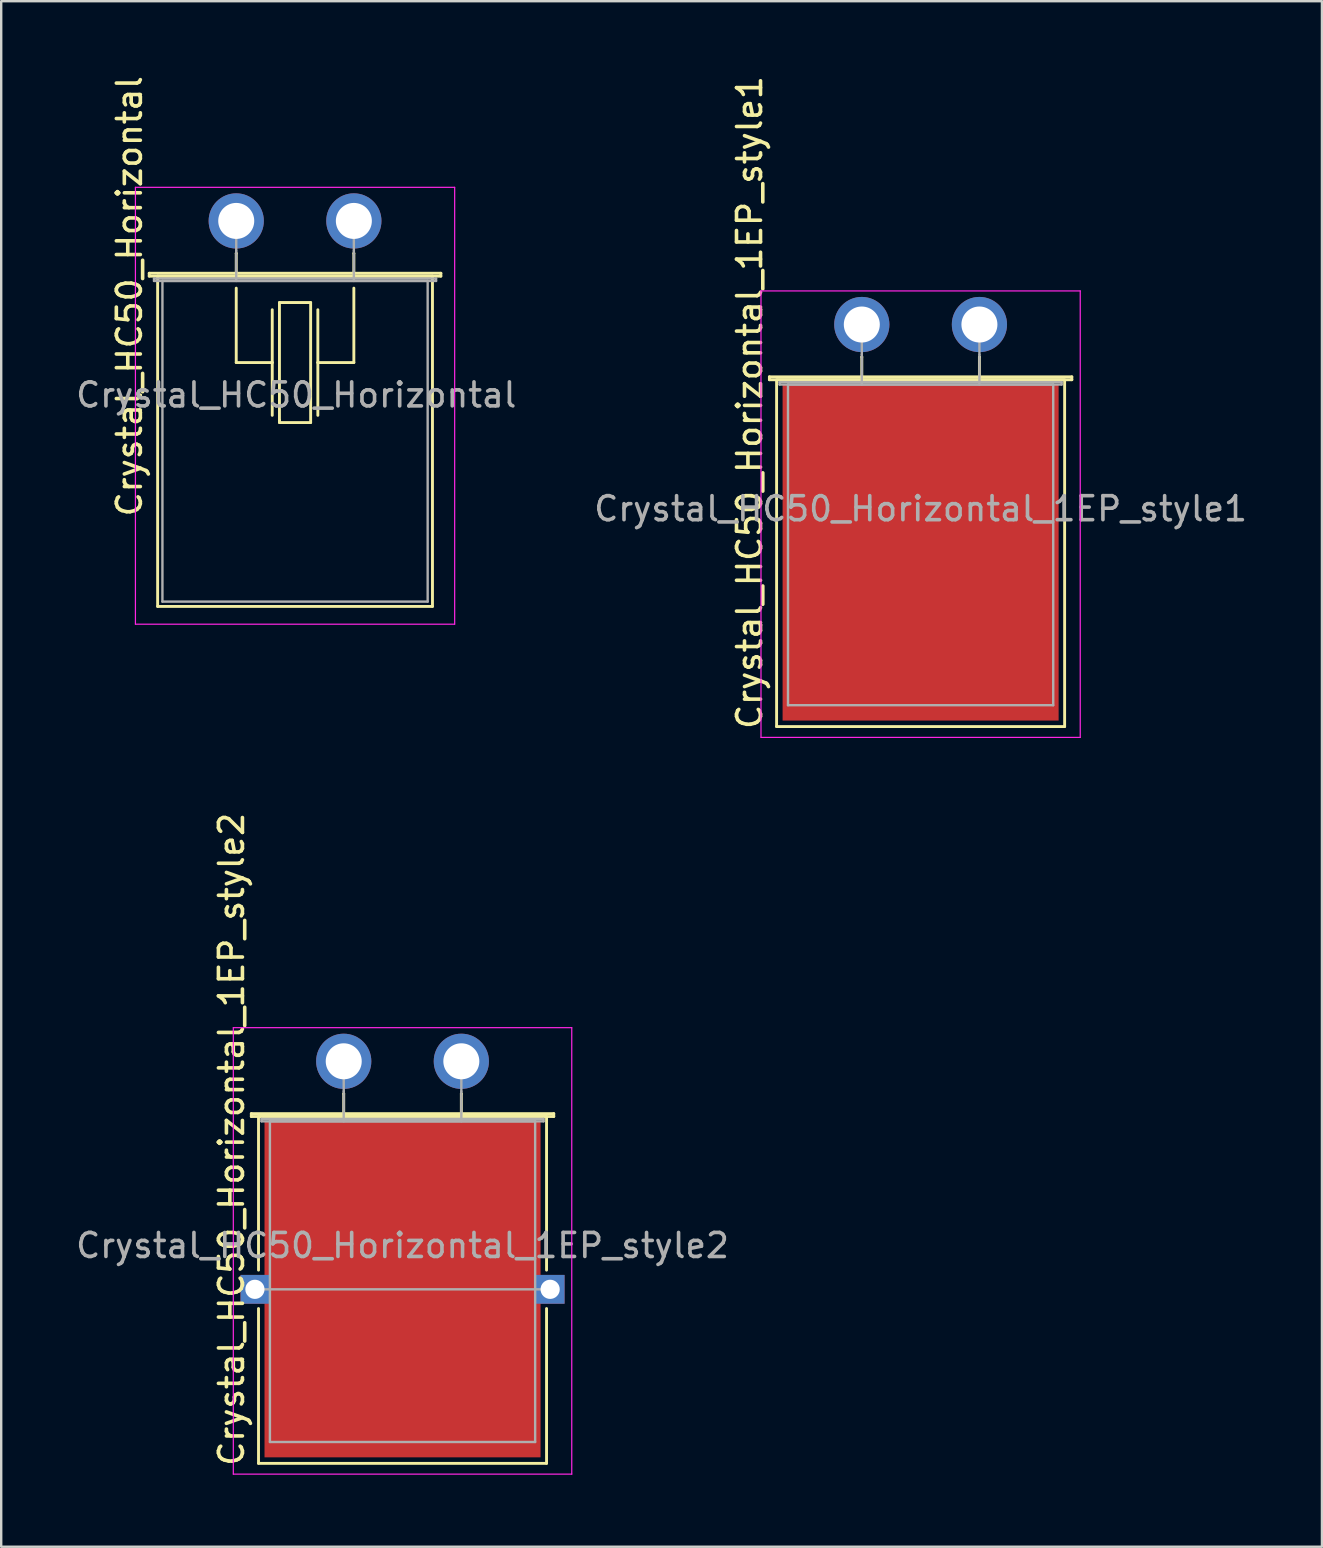
<source format=kicad_pcb>
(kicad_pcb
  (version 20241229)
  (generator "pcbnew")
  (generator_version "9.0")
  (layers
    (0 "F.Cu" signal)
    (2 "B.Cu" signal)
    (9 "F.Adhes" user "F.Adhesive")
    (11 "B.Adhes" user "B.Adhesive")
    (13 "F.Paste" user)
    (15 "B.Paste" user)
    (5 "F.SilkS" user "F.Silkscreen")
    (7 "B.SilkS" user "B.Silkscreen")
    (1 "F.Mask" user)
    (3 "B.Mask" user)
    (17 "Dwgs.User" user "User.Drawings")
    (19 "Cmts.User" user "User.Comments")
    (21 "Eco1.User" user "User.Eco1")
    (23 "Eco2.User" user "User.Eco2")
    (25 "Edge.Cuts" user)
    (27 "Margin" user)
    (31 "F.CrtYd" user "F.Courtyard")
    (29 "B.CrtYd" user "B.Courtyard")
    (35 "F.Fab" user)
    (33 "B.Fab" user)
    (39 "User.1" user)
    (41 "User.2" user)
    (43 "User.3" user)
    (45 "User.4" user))
  (footprint "Crystal_HC50_Horizontal"
    (layer "F.Cu")
    (at 6.792 6.154)
    (property "Reference" "Crystal_HC50_Horizontal" (at -4.45 3.138 90) (layer "F.SilkS") (effects (font (size 1 1) (thickness 0.15))))
    (attr through_hole)
    (fp_line (start -3.625 2.18) (end 8.525 2.18) (stroke (width 0.12) (type solid)) (layer "F.SilkS"))
    (fp_line (start -3.625 2.3) (end -3.625 2.18) (stroke (width 0.12) (type solid)) (layer "F.SilkS"))
    (fp_line (start -3.275 2.3) (end -3.275 16.06) (stroke (width 0.12) (type solid)) (layer "F.SilkS"))
    (fp_line (start -3.275 16.06) (end 8.175 16.06) (stroke (width 0.12) (type solid)) (layer "F.SilkS"))
    (fp_line (start 0 1.35) (end 0 1.35) (stroke (width 0.12) (type solid)) (layer "F.SilkS"))
    (fp_line (start 0 2.3) (end 0 1.35) (stroke (width 0.12) (type solid)) (layer "F.SilkS"))
    (fp_line (start 0 2.8) (end 0 5.9) (stroke (width 0.12) (type solid)) (layer "F.SilkS"))
    (fp_line (start 0 5.9) (end 1.5 5.9) (stroke (width 0.12) (type solid)) (layer "F.SilkS"))
    (fp_line (start 1.5 5.9) (end 1.5 3.7) (stroke (width 0.12) (type solid)) (layer "F.SilkS"))
    (fp_line (start 1.5 8.1) (end 1.5 5.9) (stroke (width 0.12) (type solid)) (layer "F.SilkS"))
    (fp_line (start 1.8 3.4) (end 1.8 8.3) (stroke (width 0.12) (type solid)) (layer "F.SilkS"))
    (fp_line (start 1.8 8.3) (end 1.8 8.4) (stroke (width 0.12) (type solid)) (layer "F.SilkS"))
    (fp_line (start 1.8 8.4) (end 3.1 8.4) (stroke (width 0.12) (type solid)) (layer "F.SilkS"))
    (fp_line (start 3.1 3.4) (end 1.8 3.4) (stroke (width 0.12) (type solid)) (layer "F.SilkS"))
    (fp_line (start 3.1 8.4) (end 3.1 3.4) (stroke (width 0.12) (type solid)) (layer "F.SilkS"))
    (fp_line (start 3.4 5.9) (end 3.4 3.7) (stroke (width 0.12) (type solid)) (layer "F.SilkS"))
    (fp_line (start 3.4 5.9) (end 4.9 5.9) (stroke (width 0.12) (type solid)) (layer "F.SilkS"))
    (fp_line (start 3.4 8.1) (end 3.4 5.9) (stroke (width 0.12) (type solid)) (layer "F.SilkS"))
    (fp_line (start 4.9 1.35) (end 4.9 1.35) (stroke (width 0.12) (type solid)) (layer "F.SilkS"))
    (fp_line (start 4.9 2.3) (end 4.9 1.35) (stroke (width 0.12) (type solid)) (layer "F.SilkS"))
    (fp_line (start 4.9 2.8) (end 4.9 5.9) (stroke (width 0.12) (type solid)) (layer "F.SilkS"))
    (fp_line (start 8.175 2.3) (end -3.275 2.3) (stroke (width 0.12) (type solid)) (layer "F.SilkS"))
    (fp_line (start 8.175 16.06) (end 8.175 2.3) (stroke (width 0.12) (type solid)) (layer "F.SilkS"))
    (fp_line (start 8.525 2.18) (end 8.525 2.3) (stroke (width 0.12) (type solid)) (layer "F.SilkS"))
    (fp_line (start 8.525 2.3) (end -3.625 2.3) (stroke (width 0.12) (type solid)) (layer "F.SilkS"))
    (fp_line (start -4.2 -1.4) (end -4.2 16.8) (stroke (width 0.05) (type solid)) (layer "F.CrtYd"))
    (fp_line (start -4.2 16.8) (end 9.1 16.8) (stroke (width 0.05) (type solid)) (layer "F.CrtYd"))
    (fp_line (start 9.1 -1.4) (end -4.2 -1.4) (stroke (width 0.05) (type solid)) (layer "F.CrtYd"))
    (fp_line (start 9.1 16.8) (end 9.1 -1.4) (stroke (width 0.05) (type solid)) (layer "F.CrtYd"))
    (fp_line (start -3.425 2.4) (end 8.325 2.4) (stroke (width 0.1) (type solid)) (layer "F.Fab"))
    (fp_line (start -3.425 2.5) (end -3.425 2.4) (stroke (width 0.1) (type solid)) (layer "F.Fab"))
    (fp_line (start -3.075 2.5) (end -3.075 15.86) (stroke (width 0.1) (type solid)) (layer "F.Fab"))
    (fp_line (start -3.075 15.86) (end 7.975 15.86) (stroke (width 0.1) (type solid)) (layer "F.Fab"))
    (fp_line (start 0 1.25) (end 0 0) (stroke (width 0.1) (type solid)) (layer "F.Fab"))
    (fp_line (start 0 2.5) (end 0 1.25) (stroke (width 0.1) (type solid)) (layer "F.Fab"))
    (fp_line (start 4.9 1.25) (end 4.9 0) (stroke (width 0.1) (type solid)) (layer "F.Fab"))
    (fp_line (start 4.9 2.5) (end 4.9 1.25) (stroke (width 0.1) (type solid)) (layer "F.Fab"))
    (fp_line (start 7.975 2.5) (end -3.075 2.5) (stroke (width 0.1) (type solid)) (layer "F.Fab"))
    (fp_line (start 7.975 15.86) (end 7.975 2.5) (stroke (width 0.1) (type solid)) (layer "F.Fab"))
    (fp_line (start 8.325 2.4) (end 8.325 2.5) (stroke (width 0.1) (type solid)) (layer "F.Fab"))
    (fp_line (start 8.325 2.5) (end -3.425 2.5) (stroke (width 0.1) (type solid)) (layer "F.Fab"))
    (fp_text user "${REFERENCE}" (at 2.5 7.25 0) (layer "F.Fab") (effects (font (size 1 1) (thickness 0.15))))
    (pad "1" thru_hole circle (at 0 0) (size 2.3 2.3) (drill 1.5) (layers "*.Cu" "*.Mask"))
    (pad "2" thru_hole circle (at 4.9 0) (size 2.3 2.3) (drill 1.5) (layers "*.Cu" "*.Mask")))
  (footprint "Crystal_HC50_Horizontal_1EP_style1"
    (layer "F.Cu")
    (at 32.854 10.47)
    (property "Reference" "Crystal_HC50_Horizontal_1EP_style1" (at -4.675 3.25 90) (layer "F.SilkS") (effects (font (size 1 1) (thickness 0.15))))
    (attr through_hole)
    (fp_line (start -3.85 2.18) (end 8.75 2.18) (stroke (width 0.12) (type solid)) (layer "F.SilkS"))
    (fp_line (start -3.85 2.3) (end -3.85 2.18) (stroke (width 0.12) (type solid)) (layer "F.SilkS"))
    (fp_line (start -3.55 2.3) (end -3.55 16.75) (stroke (width 0.12) (type solid)) (layer "F.SilkS"))
    (fp_line (start -3.55 16.75) (end 8.45 16.75) (stroke (width 0.12) (type solid)) (layer "F.SilkS"))
    (fp_line (start 0 1.35) (end 0 1.35) (stroke (width 0.12) (type solid)) (layer "F.SilkS"))
    (fp_line (start 0 2.3) (end 0 1.35) (stroke (width 0.12) (type solid)) (layer "F.SilkS"))
    (fp_line (start 4.9 1.35) (end 4.9 1.35) (stroke (width 0.12) (type solid)) (layer "F.SilkS"))
    (fp_line (start 4.9 2.3) (end 4.9 1.35) (stroke (width 0.12) (type solid)) (layer "F.SilkS"))
    (fp_line (start 8.4 2.3) (end -3.5 2.3) (stroke (width 0.12) (type solid)) (layer "F.SilkS"))
    (fp_line (start 8.45 16.75) (end 8.45 2.3) (stroke (width 0.12) (type solid)) (layer "F.SilkS"))
    (fp_line (start 8.75 2.18) (end 8.75 2.3) (stroke (width 0.12) (type solid)) (layer "F.SilkS"))
    (fp_line (start 8.75 2.3) (end -3.85 2.3) (stroke (width 0.12) (type solid)) (layer "F.SilkS"))
    (fp_line (start -4.2 -1.4) (end -4.2 17.2) (stroke (width 0.05) (type solid)) (layer "F.CrtYd"))
    (fp_line (start -4.2 17.2) (end 9.1 17.2) (stroke (width 0.05) (type solid)) (layer "F.CrtYd"))
    (fp_line (start 9.1 -1.4) (end -4.2 -1.4) (stroke (width 0.05) (type solid)) (layer "F.CrtYd"))
    (fp_line (start 9.1 17.2) (end 9.1 -1.4) (stroke (width 0.05) (type solid)) (layer "F.CrtYd"))
    (fp_line (start -3.425 2.4) (end 8.325 2.4) (stroke (width 0.1) (type solid)) (layer "F.Fab"))
    (fp_line (start -3.425 2.5) (end -3.425 2.4) (stroke (width 0.1) (type solid)) (layer "F.Fab"))
    (fp_line (start -3.075 2.5) (end -3.075 15.86) (stroke (width 0.1) (type solid)) (layer "F.Fab"))
    (fp_line (start -3.075 15.86) (end 7.975 15.86) (stroke (width 0.1) (type solid)) (layer "F.Fab"))
    (fp_line (start 0 1.25) (end 0 0) (stroke (width 0.1) (type solid)) (layer "F.Fab"))
    (fp_line (start 0 2.5) (end 0 1.25) (stroke (width 0.1) (type solid)) (layer "F.Fab"))
    (fp_line (start 4.9 1.25) (end 4.9 0) (stroke (width 0.1) (type solid)) (layer "F.Fab"))
    (fp_line (start 4.9 2.5) (end 4.9 1.25) (stroke (width 0.1) (type solid)) (layer "F.Fab"))
    (fp_line (start 7.975 2.5) (end -3.075 2.5) (stroke (width 0.1) (type solid)) (layer "F.Fab"))
    (fp_line (start 7.975 15.86) (end 7.975 2.5) (stroke (width 0.1) (type solid)) (layer "F.Fab"))
    (fp_line (start 8.325 2.4) (end 8.325 2.5) (stroke (width 0.1) (type solid)) (layer "F.Fab"))
    (fp_line (start 8.325 2.5) (end -3.425 2.5) (stroke (width 0.1) (type solid)) (layer "F.Fab"))
    (fp_text user "${REFERENCE}" (at 2.45 7.675 0) (layer "F.Fab") (effects (font (size 1 1) (thickness 0.15))))
    (pad "1" thru_hole circle (at 0 0) (size 2.3 2.3) (drill 1.5) (layers "*.Cu" "*.Mask"))
    (pad "2" thru_hole circle (at 4.9 0) (size 2.3 2.3) (drill 1.5) (layers "*.Cu" "*.Mask"))
    (pad "3" smd rect (at 2.45 9.5) (size 11.5 14) (layers "F.Cu" "F.Mask" "F.Paste")))
  (footprint "Crystal_HC50_Horizontal_1EP_style2"
    (layer "F.Cu")
    (at 11.27 41.165)
    (property "Reference" "Crystal_HC50_Horizontal_1EP_style2" (at -4.675 3.25 90) (layer "F.SilkS") (effects (font (size 1 1) (thickness 0.15))))
    (attr through_hole)
    (fp_line (start -3.85 2.18) (end 8.75 2.18) (stroke (width 0.12) (type solid)) (layer "F.SilkS"))
    (fp_line (start -3.85 2.3) (end -3.85 2.18) (stroke (width 0.12) (type solid)) (layer "F.SilkS"))
    (fp_line (start -3.55 8.7) (end -3.55 2.3) (stroke (width 0.12) (type solid)) (layer "F.SilkS"))
    (fp_line (start -3.55 16.75) (end -3.55 10.3) (stroke (width 0.12) (type solid)) (layer "F.SilkS"))
    (fp_line (start -3.5 2.3) (end 8.4 2.3) (stroke (width 0.12) (type solid)) (layer "F.SilkS"))
    (fp_line (start 0 1.35) (end 0 1.35) (stroke (width 0.12) (type solid)) (layer "F.SilkS"))
    (fp_line (start 0 2.3) (end 0 1.35) (stroke (width 0.12) (type solid)) (layer "F.SilkS"))
    (fp_line (start 4.9 1.35) (end 4.9 1.35) (stroke (width 0.12) (type solid)) (layer "F.SilkS"))
    (fp_line (start 4.9 2.3) (end 4.9 1.35) (stroke (width 0.12) (type solid)) (layer "F.SilkS"))
    (fp_line (start 8.45 2.3) (end 8.45 8.7) (stroke (width 0.12) (type solid)) (layer "F.SilkS"))
    (fp_line (start 8.45 10.3) (end 8.45 16.75) (stroke (width 0.12) (type solid)) (layer "F.SilkS"))
    (fp_line (start 8.45 16.75) (end -3.55 16.75) (stroke (width 0.12) (type solid)) (layer "F.SilkS"))
    (fp_line (start 8.75 2.18) (end 8.75 2.3) (stroke (width 0.12) (type solid)) (layer "F.SilkS"))
    (fp_line (start 8.75 2.3) (end -3.85 2.3) (stroke (width 0.12) (type solid)) (layer "F.SilkS"))
    (fp_line (start -4.6 -1.4) (end -4.6 17.2) (stroke (width 0.05) (type solid)) (layer "F.CrtYd"))
    (fp_line (start -4.6 17.2) (end 9.5 17.2) (stroke (width 0.05) (type solid)) (layer "F.CrtYd"))
    (fp_line (start 9.5 -1.4) (end -4.6 -1.4) (stroke (width 0.05) (type solid)) (layer "F.CrtYd"))
    (fp_line (start 9.5 17.2) (end 9.5 -1.4) (stroke (width 0.05) (type solid)) (layer "F.CrtYd"))
    (fp_line (start -3.7 9.5) (end 8.6 9.5) (stroke (width 0.1) (type solid)) (layer "F.Fab"))
    (fp_line (start -3.425 2.4) (end 8.325 2.4) (stroke (width 0.1) (type solid)) (layer "F.Fab"))
    (fp_line (start -3.425 2.5) (end -3.425 2.4) (stroke (width 0.1) (type solid)) (layer "F.Fab"))
    (fp_line (start -3.075 2.5) (end -3.075 15.86) (stroke (width 0.1) (type solid)) (layer "F.Fab"))
    (fp_line (start -3.075 15.86) (end 7.975 15.86) (stroke (width 0.1) (type solid)) (layer "F.Fab"))
    (fp_line (start 0 1.25) (end 0 0) (stroke (width 0.1) (type solid)) (layer "F.Fab"))
    (fp_line (start 0 2.5) (end 0 1.25) (stroke (width 0.1) (type solid)) (layer "F.Fab"))
    (fp_line (start 4.9 1.25) (end 4.9 0) (stroke (width 0.1) (type solid)) (layer "F.Fab"))
    (fp_line (start 4.9 2.5) (end 4.9 1.25) (stroke (width 0.1) (type solid)) (layer "F.Fab"))
    (fp_line (start 7.975 2.5) (end -3.075 2.5) (stroke (width 0.1) (type solid)) (layer "F.Fab"))
    (fp_line (start 7.975 15.86) (end 7.975 2.5) (stroke (width 0.1) (type solid)) (layer "F.Fab"))
    (fp_line (start 8.325 2.4) (end 8.325 2.5) (stroke (width 0.1) (type solid)) (layer "F.Fab"))
    (fp_line (start 8.325 2.5) (end -3.425 2.5) (stroke (width 0.1) (type solid)) (layer "F.Fab"))
    (fp_text user "${REFERENCE}" (at 2.45 7.675 0) (layer "F.Fab") (effects (font (size 1 1) (thickness 0.15))))
    (pad "1" thru_hole circle (at 0 0) (size 2.3 2.3) (drill 1.5) (layers "*.Cu" "*.Mask"))
    (pad "2" thru_hole circle (at 4.9 0) (size 2.3 2.3) (drill 1.5) (layers "*.Cu" "*.Mask"))
    (pad "3" thru_hole rect (at -3.7 9.5) (size 1.2 1.2) (drill 0.8) (layers "*.Cu" "*.Mask"))
    (pad "3" smd rect (at 2.45 9.5) (size 11.5 14) (layers "F.Cu" "F.Mask" "F.Paste"))
    (pad "3" thru_hole rect (at 8.6 9.5) (size 1.2 1.2) (drill 0.8) (layers "*.Cu" "*.Mask")))
  (gr_rect
    (start -3 -3)
    (end 52.024 61.39)
    (stroke (width 0.1) (type default))
    (fill no)
    (layer "Edge.Cuts")))
</source>
